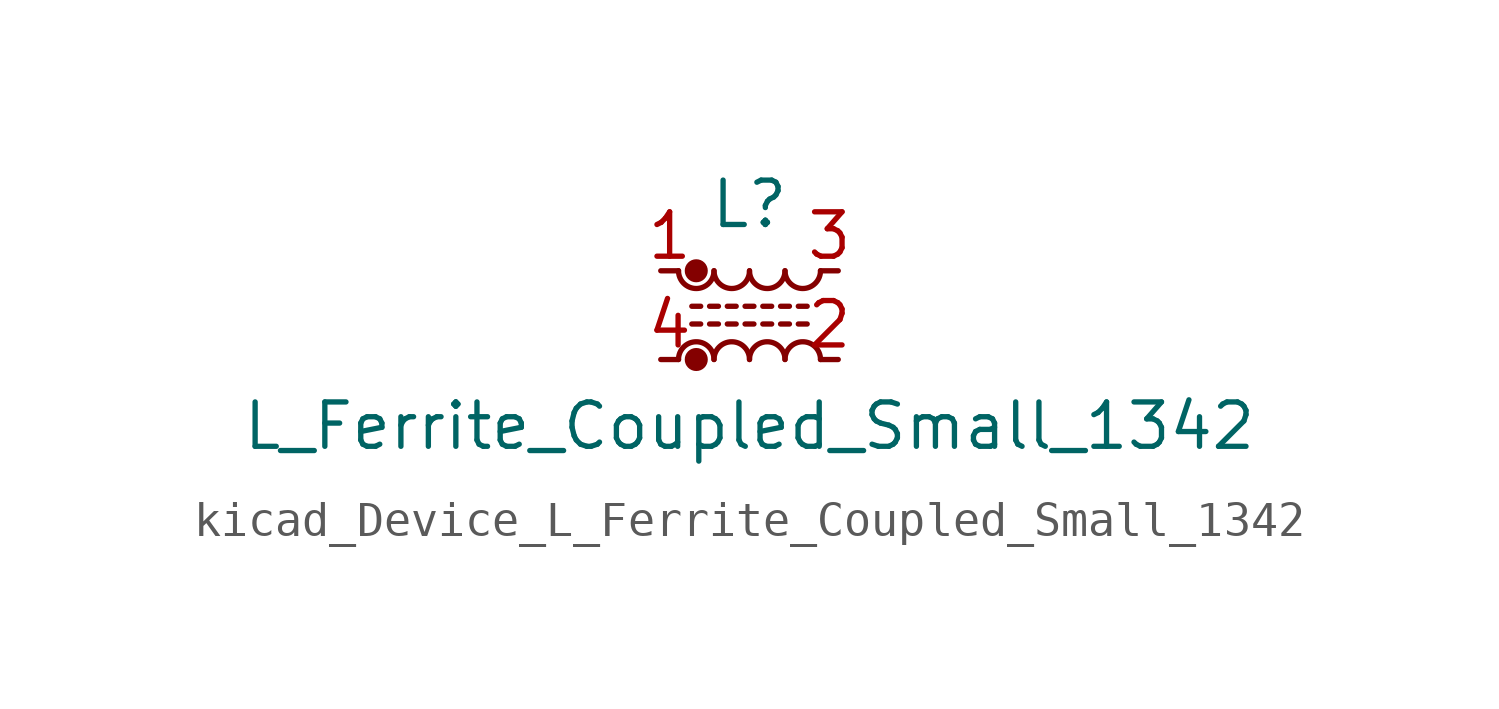
<source format=kicad_sym>
(kicad_symbol_lib
  (version 20220914)
  (generator kicad_symbol_editor)
  (symbol "kicad_Device_L_Ferrite_Coupled_Small_1342"
    (pin_names
      (offset 0.254) hide)
    (property "Reference" "L"
      (at 0 3.175 0)
      (effects (font (size 1.27 1.27))))
    (property "Value" "L_Ferrite_Coupled_Small_1342"
      (at 0 -3.175 0)
      (effects (font (size 1.27 1.27))))
    (symbol "kicad_Device_L_Ferrite_Coupled_Small_1342_0_1"
      (arc (start -2.032 1.27) (mid -1.524 0.7642) (end -1.016 1.27) (stroke (width 0) (type default)) (fill (type none)))
      (circle (center -1.524 -1.27) (radius 0.254) (stroke (width 0) (type default)) (fill (type outline)))
      (circle (center -1.524 1.27) (radius 0.254) (stroke (width 0) (type default)) (fill (type outline)))
      (arc (start -1.016 -1.27) (mid -1.524 -0.7642) (end -2.032 -1.27) (stroke (width 0) (type default)) (fill (type none)))
      (arc (start -1.016 1.27) (mid -0.508 0.7642) (end 0 1.27) (stroke (width 0) (type default)) (fill (type none)))
      (arc (start 0 -1.27) (mid -0.508 -0.7642) (end -1.016 -1.27) (stroke (width 0) (type default)) (fill (type none)))
      (polyline (pts (xy -1.651 0.254) (xy -1.397 0.254)) (stroke (width 0) (type default)) (fill (type none)))
      (polyline (pts (xy -1.397 -0.254) (xy -1.651 -0.254)) (stroke (width 0) (type default)) (fill (type none)))
      (polyline (pts (xy -1.143 0.254) (xy -0.889 0.254)) (stroke (width 0) (type default)) (fill (type none)))
      (polyline (pts (xy -0.889 -0.254) (xy -1.143 -0.254)) (stroke (width 0) (type default)) (fill (type none)))
      (polyline (pts (xy -0.635 0.254) (xy -0.381 0.254)) (stroke (width 0) (type default)) (fill (type none)))
      (polyline (pts (xy -0.381 -0.254) (xy -0.635 -0.254)) (stroke (width 0) (type default)) (fill (type none)))
      (polyline (pts (xy -0.127 0.254) (xy 0.127 0.254)) (stroke (width 0) (type default)) (fill (type none)))
      (polyline (pts (xy 0.127 -0.254) (xy -0.127 -0.254)) (stroke (width 0) (type default)) (fill (type none)))
      (polyline (pts (xy 0.381 0.254) (xy 0.635 0.254)) (stroke (width 0) (type default)) (fill (type none)))
      (polyline (pts (xy 0.635 -0.254) (xy 0.381 -0.254)) (stroke (width 0) (type default)) (fill (type none)))
      (polyline (pts (xy 0.889 0.254) (xy 1.143 0.254)) (stroke (width 0) (type default)) (fill (type none)))
      (polyline (pts (xy 1.143 -0.254) (xy 0.889 -0.254)) (stroke (width 0) (type default)) (fill (type none)))
      (polyline (pts (xy 1.397 0.254) (xy 1.651 0.254)) (stroke (width 0) (type default)) (fill (type none)))
      (polyline (pts (xy 1.651 -0.254) (xy 1.397 -0.254)) (stroke (width 0) (type default)) (fill (type none)))
      (arc (start 0 1.27) (mid 0.508 0.7642) (end 1.016 1.27) (stroke (width 0) (type default)) (fill (type none)))
      (arc (start 1.016 -1.27) (mid 0.508 -0.7642) (end 0 -1.27) (stroke (width 0) (type default)) (fill (type none)))
      (arc (start 1.016 1.27) (mid 1.524 0.7642) (end 2.032 1.27) (stroke (width 0) (type default)) (fill (type none)))
      (arc (start 2.032 -1.27) (mid 1.524 -0.7642) (end 1.016 -1.27) (stroke (width 0) (type default)) (fill (type none))))
    (symbol "kicad_Device_L_Ferrite_Coupled_Small_1342_1_1"
      (pin passive line (at -2.54 1.27 0) (length 0.508) (name "1" (effects (font (size 1.27 1.27)))) (number "1" (effects (font (size 1.27 1.27)))))
      (pin passive line (at 2.54 -1.27 180) (length 0.508) (name "2" (effects (font (size 1.27 1.27)))) (number "2" (effects (font (size 1.27 1.27)))))
      (pin passive line (at 2.54 1.27 180) (length 0.508) (name "3" (effects (font (size 1.27 1.27)))) (number "3" (effects (font (size 1.27 1.27)))))
      (pin passive line (at -2.54 -1.27 0) (length 0.508) (name "4" (effects (font (size 1.27 1.27)))) (number "4" (effects (font (size 1.27 1.27))))))))
</source>
